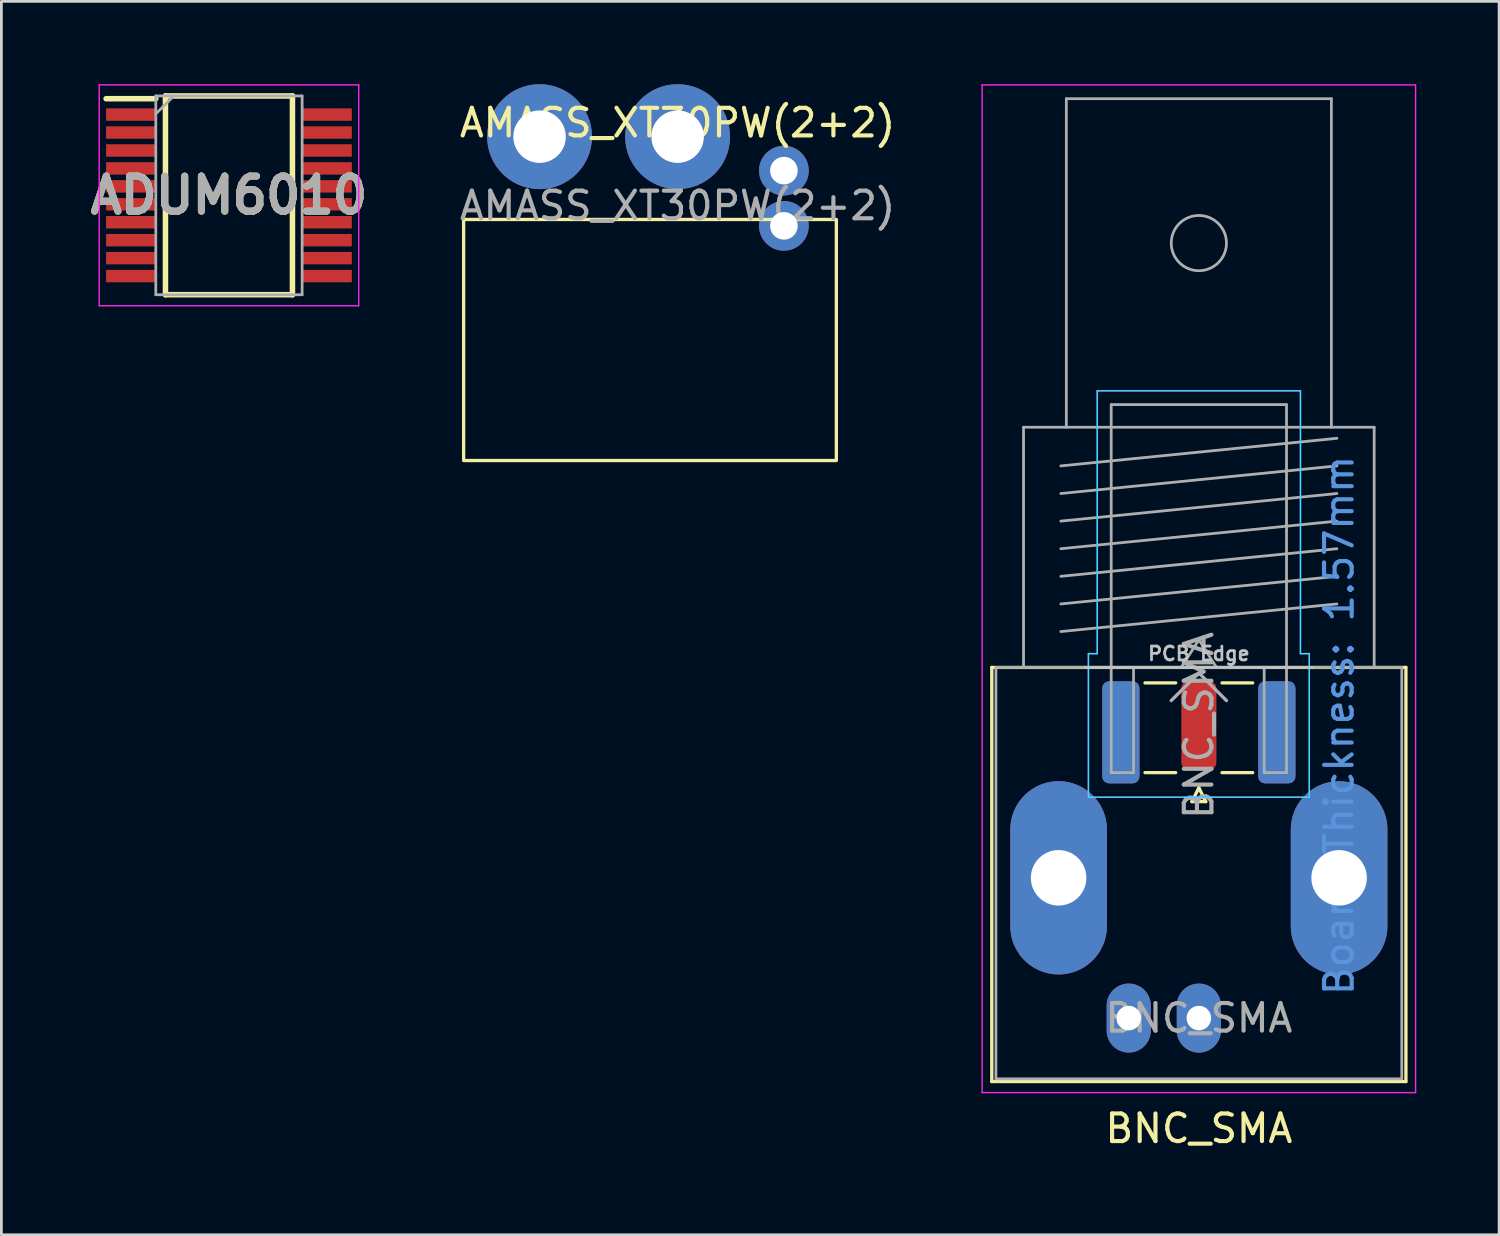
<source format=kicad_pcb>
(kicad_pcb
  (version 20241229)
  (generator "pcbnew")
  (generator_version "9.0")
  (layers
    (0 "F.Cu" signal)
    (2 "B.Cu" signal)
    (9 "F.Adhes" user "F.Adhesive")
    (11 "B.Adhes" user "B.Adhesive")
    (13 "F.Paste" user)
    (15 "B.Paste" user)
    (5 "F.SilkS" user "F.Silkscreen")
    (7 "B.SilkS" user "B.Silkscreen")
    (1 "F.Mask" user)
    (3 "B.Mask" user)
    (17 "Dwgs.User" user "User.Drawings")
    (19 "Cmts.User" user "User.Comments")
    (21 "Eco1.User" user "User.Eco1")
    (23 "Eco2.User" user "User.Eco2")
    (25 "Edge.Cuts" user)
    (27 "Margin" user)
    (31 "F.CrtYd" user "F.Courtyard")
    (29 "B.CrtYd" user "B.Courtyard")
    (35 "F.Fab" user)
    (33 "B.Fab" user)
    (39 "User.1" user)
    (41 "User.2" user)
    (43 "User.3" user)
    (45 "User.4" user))
  (footprint "BNC_SMA"
    (layer "F.Cu")
    (at 40.373 33.825)
    (property "Reference" "BNC_SMA" (at 0 4 0) (layer "F.SilkS") (effects (font (size 1 1) (thickness 0.15))))
    (attr through_hole)
    (fp_line (start -7.5 -12.7) (end 7.5 -12.7) (stroke (width 0.12) (type solid)) (layer "F.SilkS"))
    (fp_line (start -7.5 2.3) (end -7.5 -12.7) (stroke (width 0.12) (type solid)) (layer "F.SilkS"))
    (fp_line (start -0.84 -12.14) (end -1.95 -12.14) (stroke (width 0.12) (type solid)) (layer "F.SilkS"))
    (fp_line (start -0.84 -8.89) (end -1.95 -8.89) (stroke (width 0.12) (type solid)) (layer "F.SilkS"))
    (fp_line (start -0.25 -7.84) (end 0.25 -7.84) (stroke (width 0.12) (type solid)) (layer "F.SilkS"))
    (fp_line (start 0 -8.34) (end -0.25 -7.84) (stroke (width 0.12) (type solid)) (layer "F.SilkS"))
    (fp_line (start 0.25 -7.84) (end 0 -8.34) (stroke (width 0.12) (type solid)) (layer "F.SilkS"))
    (fp_line (start 1.95 -12.14) (end 0.84 -12.14) (stroke (width 0.12) (type solid)) (layer "F.SilkS"))
    (fp_line (start 1.95 -8.89) (end 0.84 -8.89) (stroke (width 0.12) (type solid)) (layer "F.SilkS"))
    (fp_line (start 7.5 -12.7) (end 7.5 2.3) (stroke (width 0.12) (type solid)) (layer "F.SilkS"))
    (fp_line (start 7.5 2.3) (end -7.5 2.3) (stroke (width 0.12) (type solid)) (layer "F.SilkS"))
    (fp_line (start -4.1 -12.7) (end 4.1 -12.7) (stroke (width 0.1) (type solid)) (layer "Dwgs.User"))
    (fp_line (start -4 -13.2) (end -4 -8) (stroke (width 0.05) (type solid)) (layer "B.CrtYd"))
    (fp_line (start -4 -13.2) (end -3.68 -13.2) (stroke (width 0.05) (type solid)) (layer "B.CrtYd"))
    (fp_line (start -3.68 -22.72) (end 3.68 -22.72) (stroke (width 0.05) (type solid)) (layer "B.CrtYd"))
    (fp_line (start -3.68 -13.2) (end -3.68 -22.72) (stroke (width 0.05) (type solid)) (layer "B.CrtYd"))
    (fp_line (start 3.68 -22.72) (end 3.68 -13.2) (stroke (width 0.05) (type solid)) (layer "B.CrtYd"))
    (fp_line (start 3.68 -13.2) (end 4 -13.2) (stroke (width 0.05) (type solid)) (layer "B.CrtYd"))
    (fp_line (start 4 -13.2) (end 4 -8) (stroke (width 0.05) (type solid)) (layer "B.CrtYd"))
    (fp_line (start 4 -8) (end -4 -8) (stroke (width 0.05) (type solid)) (layer "B.CrtYd"))
    (fp_line (start -7.85 2.7) (end -7.85 -33.8) (stroke (width 0.05) (type solid)) (layer "F.CrtYd"))
    (fp_line (start -7.85 2.7) (end 7.85 2.7) (stroke (width 0.05) (type solid)) (layer "F.CrtYd"))
    (fp_line (start -4 -13.2) (end -4 -8) (stroke (width 0.05) (type solid)) (layer "F.CrtYd"))
    (fp_line (start -3.68 -22.72) (end 3.68 -22.72) (stroke (width 0.05) (type solid)) (layer "F.CrtYd"))
    (fp_line (start -3.68 -13.2) (end -4 -13.2) (stroke (width 0.05) (type solid)) (layer "F.CrtYd"))
    (fp_line (start -3.68 -13.2) (end -3.68 -22.72) (stroke (width 0.05) (type solid)) (layer "F.CrtYd"))
    (fp_line (start 3.68 -22.72) (end 3.68 -13.2) (stroke (width 0.05) (type solid)) (layer "F.CrtYd"))
    (fp_line (start 3.68 -13.2) (end 4 -13.2) (stroke (width 0.05) (type solid)) (layer "F.CrtYd"))
    (fp_line (start 4 -13.2) (end 4 -8) (stroke (width 0.05) (type solid)) (layer "F.CrtYd"))
    (fp_line (start 4 -8) (end -4 -8) (stroke (width 0.05) (type solid)) (layer "F.CrtYd"))
    (fp_line (start 7.85 -33.8) (end -7.85 -33.8) (stroke (width 0.05) (type solid)) (layer "F.CrtYd"))
    (fp_line (start 7.85 2.7) (end 7.85 -33.8) (stroke (width 0.05) (type solid)) (layer "F.CrtYd"))
    (fp_line (start -7.35 -12.7) (end -7.35 2.2) (stroke (width 0.1) (type solid)) (layer "F.Fab"))
    (fp_line (start -7.35 2.2) (end 7.35 2.2) (stroke (width 0.1) (type solid)) (layer "F.Fab"))
    (fp_line (start -6.35 -21.4) (end -6.35 -12.7) (stroke (width 0.1) (type solid)) (layer "F.Fab"))
    (fp_line (start -5 -20) (end 5 -21) (stroke (width 0.1) (type solid)) (layer "F.Fab"))
    (fp_line (start -5 -19) (end 5 -20) (stroke (width 0.1) (type solid)) (layer "F.Fab"))
    (fp_line (start -5 -18) (end 5 -19) (stroke (width 0.1) (type solid)) (layer "F.Fab"))
    (fp_line (start -5 -17) (end 5 -18) (stroke (width 0.1) (type solid)) (layer "F.Fab"))
    (fp_line (start -5 -16) (end 5 -17) (stroke (width 0.1) (type solid)) (layer "F.Fab"))
    (fp_line (start -5 -15) (end 5 -16) (stroke (width 0.1) (type solid)) (layer "F.Fab"))
    (fp_line (start -5 -14) (end 5 -15) (stroke (width 0.1) (type solid)) (layer "F.Fab"))
    (fp_line (start -4.8 -33.3) (end -4.8 -21.4) (stroke (width 0.1) (type solid)) (layer "F.Fab"))
    (fp_line (start -3.175 -8.89) (end -3.175 -22.22) (stroke (width 0.1) (type solid)) (layer "F.Fab"))
    (fp_line (start -3.175 -8.89) (end -2.365 -8.89) (stroke (width 0.1) (type solid)) (layer "F.Fab"))
    (fp_line (start -3.165 -22.22) (end 3.165 -22.22) (stroke (width 0.1) (type solid)) (layer "F.Fab"))
    (fp_line (start -2.365 -12.7) (end 2.365 -12.7) (stroke (width 0.1) (type solid)) (layer "F.Fab"))
    (fp_line (start -2.365 -8.89) (end -2.365 -12.7) (stroke (width 0.1) (type solid)) (layer "F.Fab"))
    (fp_line (start -0.64 -12.7) (end 0 -13.7) (stroke (width 0.1) (type solid)) (layer "F.Fab"))
    (fp_line (start 0 -13.7) (end 0.64 -12.7) (stroke (width 0.1) (type solid)) (layer "F.Fab"))
    (fp_line (start 0 -12.5) (end -1 -11.5) (stroke (width 0.12) (type solid)) (layer "F.Fab"))
    (fp_line (start 0 -12.5) (end 1 -11.5) (stroke (width 0.12) (type solid)) (layer "F.Fab"))
    (fp_line (start 2.365 -12.7) (end 2.365 -8.89) (stroke (width 0.1) (type solid)) (layer "F.Fab"))
    (fp_line (start 2.365 -8.89) (end 3.175 -8.89) (stroke (width 0.1) (type solid)) (layer "F.Fab"))
    (fp_line (start 3.175 -8.89) (end 3.175 -22.22) (stroke (width 0.1) (type solid)) (layer "F.Fab"))
    (fp_line (start 4.8 -33.3) (end -4.8 -33.3) (stroke (width 0.1) (type solid)) (layer "F.Fab"))
    (fp_line (start 4.8 -21.4) (end 4.8 -33.3) (stroke (width 0.1) (type solid)) (layer "F.Fab"))
    (fp_line (start 6.35 -21.4) (end -6.35 -21.4) (stroke (width 0.1) (type solid)) (layer "F.Fab"))
    (fp_line (start 6.35 -12.7) (end 6.35 -21.4) (stroke (width 0.1) (type solid)) (layer "F.Fab"))
    (fp_line (start 7.35 -12.7) (end -7.35 -12.7) (stroke (width 0.1) (type solid)) (layer "F.Fab"))
    (fp_line (start 7.35 2.2) (end 7.35 -12.7) (stroke (width 0.1) (type solid)) (layer "F.Fab"))
    (fp_circle (center 0 -28.07) (end 1 -28.07) (stroke (width 0.1) (type solid)) (fill no) (layer "F.Fab"))
    (fp_text user "PCB Edge" (at 0 -13.2 180) (layer "Dwgs.User") (effects (font (size 0.5 0.5) (thickness 0.1))))
    (fp_text user "Board Thickness: 1.57mm" (at 5.08 -10.6 90) (layer "Cmts.User") (effects (font (size 1 1) (thickness 0.15))))
    (fp_text user "${REFERENCE}" (at 0 0 0) (layer "F.Fab") (effects (font (size 1 1) (thickness 0.15))))
    (fp_text user "${REFERENCE}" (at 0 -10.6 90) (layer "F.Fab") (effects (font (size 1 1) (thickness 0.15))))
    (pad "1" smd roundrect (at 0 -10.6 180) (size 1.27 3.2) (layers "F.Cu" "F.Mask") (roundrect_rratio 0.197))
    (pad "1" thru_hole oval (at 0 0) (size 1.6 2.5) (drill 0.89) (layers "*.Cu" "*.Mask"))
    (pad "2" thru_hole oval (at -5.08 -5.08) (size 3.5 7) (drill 2.01) (layers "*.Cu" "*.Mask"))
    (pad "2" smd roundrect (at -2.825 -10.35 180) (size 1.35 3.7) (layers "F.Cu" "F.Mask") (roundrect_rratio 0.185))
    (pad "2" smd roundrect (at -2.825 -10.35 180) (size 1.35 3.7) (layers "B.Cu" "B.Mask") (roundrect_rratio 0.185))
    (pad "2" thru_hole oval (at -2.54 0) (size 1.6 2.5) (drill 0.89) (layers "*.Cu" "*.Mask"))
    (pad "2" smd roundrect (at 2.825 -10.35 180) (size 1.35 3.7) (layers "F.Cu" "F.Mask") (roundrect_rratio 0.185))
    (pad "2" smd roundrect (at 2.825 -10.35 180) (size 1.35 3.7) (layers "B.Cu" "B.Mask") (roundrect_rratio 0.185))
    (pad "2" thru_hole oval (at 5.08 -5.08) (size 3.5 7) (drill 2.01) (layers "*.Cu" "*.Mask")))
  (footprint "ADUM6010"
    (layer "F.Cu")
    (at 5.243 4.025)
    (property "Reference" "ADUM6010" (at 0 0 0) (layer "F.SilkS") (effects (font (size 1.27 1.27) (thickness 0.254))))
    (attr smd)
    (fp_line (start -4.45 -3.5) (end -2.65 -3.5) (stroke (width 0.2) (type solid)) (layer "F.SilkS"))
    (fp_line (start -2.3 -3.6) (end 2.3 -3.6) (stroke (width 0.2) (type solid)) (layer "F.SilkS"))
    (fp_line (start -2.3 3.6) (end -2.3 -3.6) (stroke (width 0.2) (type solid)) (layer "F.SilkS"))
    (fp_line (start 2.3 -3.6) (end 2.3 3.6) (stroke (width 0.2) (type solid)) (layer "F.SilkS"))
    (fp_line (start 2.3 3.6) (end -2.3 3.6) (stroke (width 0.2) (type solid)) (layer "F.SilkS"))
    (fp_line (start -4.7 -4) (end 4.7 -4) (stroke (width 0.05) (type solid)) (layer "F.CrtYd"))
    (fp_line (start -4.7 4) (end -4.7 -4) (stroke (width 0.05) (type solid)) (layer "F.CrtYd"))
    (fp_line (start 4.7 -4) (end 4.7 4) (stroke (width 0.05) (type solid)) (layer "F.CrtYd"))
    (fp_line (start 4.7 4) (end -4.7 4) (stroke (width 0.05) (type solid)) (layer "F.CrtYd"))
    (fp_line (start -2.65 -3.6) (end 2.65 -3.6) (stroke (width 0.1) (type solid)) (layer "F.Fab"))
    (fp_line (start -2.65 -2.95) (end -2 -3.6) (stroke (width 0.1) (type solid)) (layer "F.Fab"))
    (fp_line (start -2.65 3.6) (end -2.65 -3.6) (stroke (width 0.1) (type solid)) (layer "F.Fab"))
    (fp_line (start 2.65 -3.6) (end 2.65 3.6) (stroke (width 0.1) (type solid)) (layer "F.Fab"))
    (fp_line (start 2.65 3.6) (end -2.65 3.6) (stroke (width 0.1) (type solid)) (layer "F.Fab"))
    (fp_text user "${REFERENCE}" (at 0 0 0) (layer "F.Fab") (effects (font (size 1.27 1.27) (thickness 0.254))))
    (pad "1" smd rect (at -3.55 -2.925 90) (size 0.45 1.8) (layers "F.Cu" "F.Mask" "F.Paste"))
    (pad "2" smd rect (at -3.55 -2.275 90) (size 0.45 1.8) (layers "F.Cu" "F.Mask" "F.Paste"))
    (pad "3" smd rect (at -3.55 -1.625 90) (size 0.45 1.8) (layers "F.Cu" "F.Mask" "F.Paste"))
    (pad "4" smd rect (at -3.55 -0.975 90) (size 0.45 1.8) (layers "F.Cu" "F.Mask" "F.Paste"))
    (pad "5" smd rect (at -3.55 -0.325 90) (size 0.45 1.8) (layers "F.Cu" "F.Mask" "F.Paste"))
    (pad "6" smd rect (at -3.55 0.325 90) (size 0.45 1.8) (layers "F.Cu" "F.Mask" "F.Paste"))
    (pad "7" smd rect (at -3.55 0.975 90) (size 0.45 1.8) (layers "F.Cu" "F.Mask" "F.Paste"))
    (pad "8" smd rect (at -3.55 1.625 90) (size 0.45 1.8) (layers "F.Cu" "F.Mask" "F.Paste"))
    (pad "9" smd rect (at -3.55 2.275 90) (size 0.45 1.8) (layers "F.Cu" "F.Mask" "F.Paste"))
    (pad "10" smd rect (at -3.55 2.925 90) (size 0.45 1.8) (layers "F.Cu" "F.Mask" "F.Paste"))
    (pad "11" smd rect (at 3.55 2.925 90) (size 0.45 1.8) (layers "F.Cu" "F.Mask" "F.Paste"))
    (pad "12" smd rect (at 3.55 2.275 90) (size 0.45 1.8) (layers "F.Cu" "F.Mask" "F.Paste"))
    (pad "13" smd rect (at 3.55 1.625 90) (size 0.45 1.8) (layers "F.Cu" "F.Mask" "F.Paste"))
    (pad "14" smd rect (at 3.55 0.975 90) (size 0.45 1.8) (layers "F.Cu" "F.Mask" "F.Paste"))
    (pad "15" smd rect (at 3.55 0.325 90) (size 0.45 1.8) (layers "F.Cu" "F.Mask" "F.Paste"))
    (pad "16" smd rect (at 3.55 -0.325 90) (size 0.45 1.8) (layers "F.Cu" "F.Mask" "F.Paste"))
    (pad "17" smd rect (at 3.55 -0.975 90) (size 0.45 1.8) (layers "F.Cu" "F.Mask" "F.Paste"))
    (pad "18" smd rect (at 3.55 -1.625 90) (size 0.45 1.8) (layers "F.Cu" "F.Mask" "F.Paste"))
    (pad "19" smd rect (at 3.55 -2.275 90) (size 0.45 1.8) (layers "F.Cu" "F.Mask" "F.Paste"))
    (pad "20" smd rect (at 3.55 -2.925 90) (size 0.45 1.8) (layers "F.Cu" "F.Mask" "F.Paste")))
  (footprint "AMASS_XT30PW(2+2)"
    (layer "F.Cu")
    (at 21.493 1.9)
    (property "Reference" "AMASS_XT30PW(2+2)" (at 0 -0.5 0) (unlocked yes) (layer "F.SilkS") (effects (font (size 1 1) (thickness 0.15))))
    (attr through_hole)
    (fp_rect (start -7.75 3) (end 5.75 11.73) (stroke (width 0.12) (type default)) (fill no) (layer "F.SilkS"))
    (fp_text user "${REFERENCE}" (at 0 2.5 0) (unlocked yes) (layer "F.Fab") (effects (font (size 1 1) (thickness 0.15))))
    (pad "1" thru_hole circle (at -5 0) (size 3.8 3.8) (drill 1.9) (layers "*.Cu" "*.Mask"))
    (pad "2" thru_hole circle (at 0 0) (size 3.8 3.8) (drill 1.9) (layers "*.Cu" "*.Mask"))
    (pad "3" thru_hole circle (at 3.85 1.23) (size 1.8 1.8) (drill 1) (layers "*.Cu" "*.Mask"))
    (pad "4" thru_hole circle (at 3.85 3.23) (size 1.8 1.8) (drill 1) (layers "*.Cu" "*.Mask")))
  (gr_rect
    (start -3 -3)
    (end 51.248 41.673)
    (stroke (width 0.1) (type default))
    (fill no)
    (layer "Edge.Cuts")))
</source>
